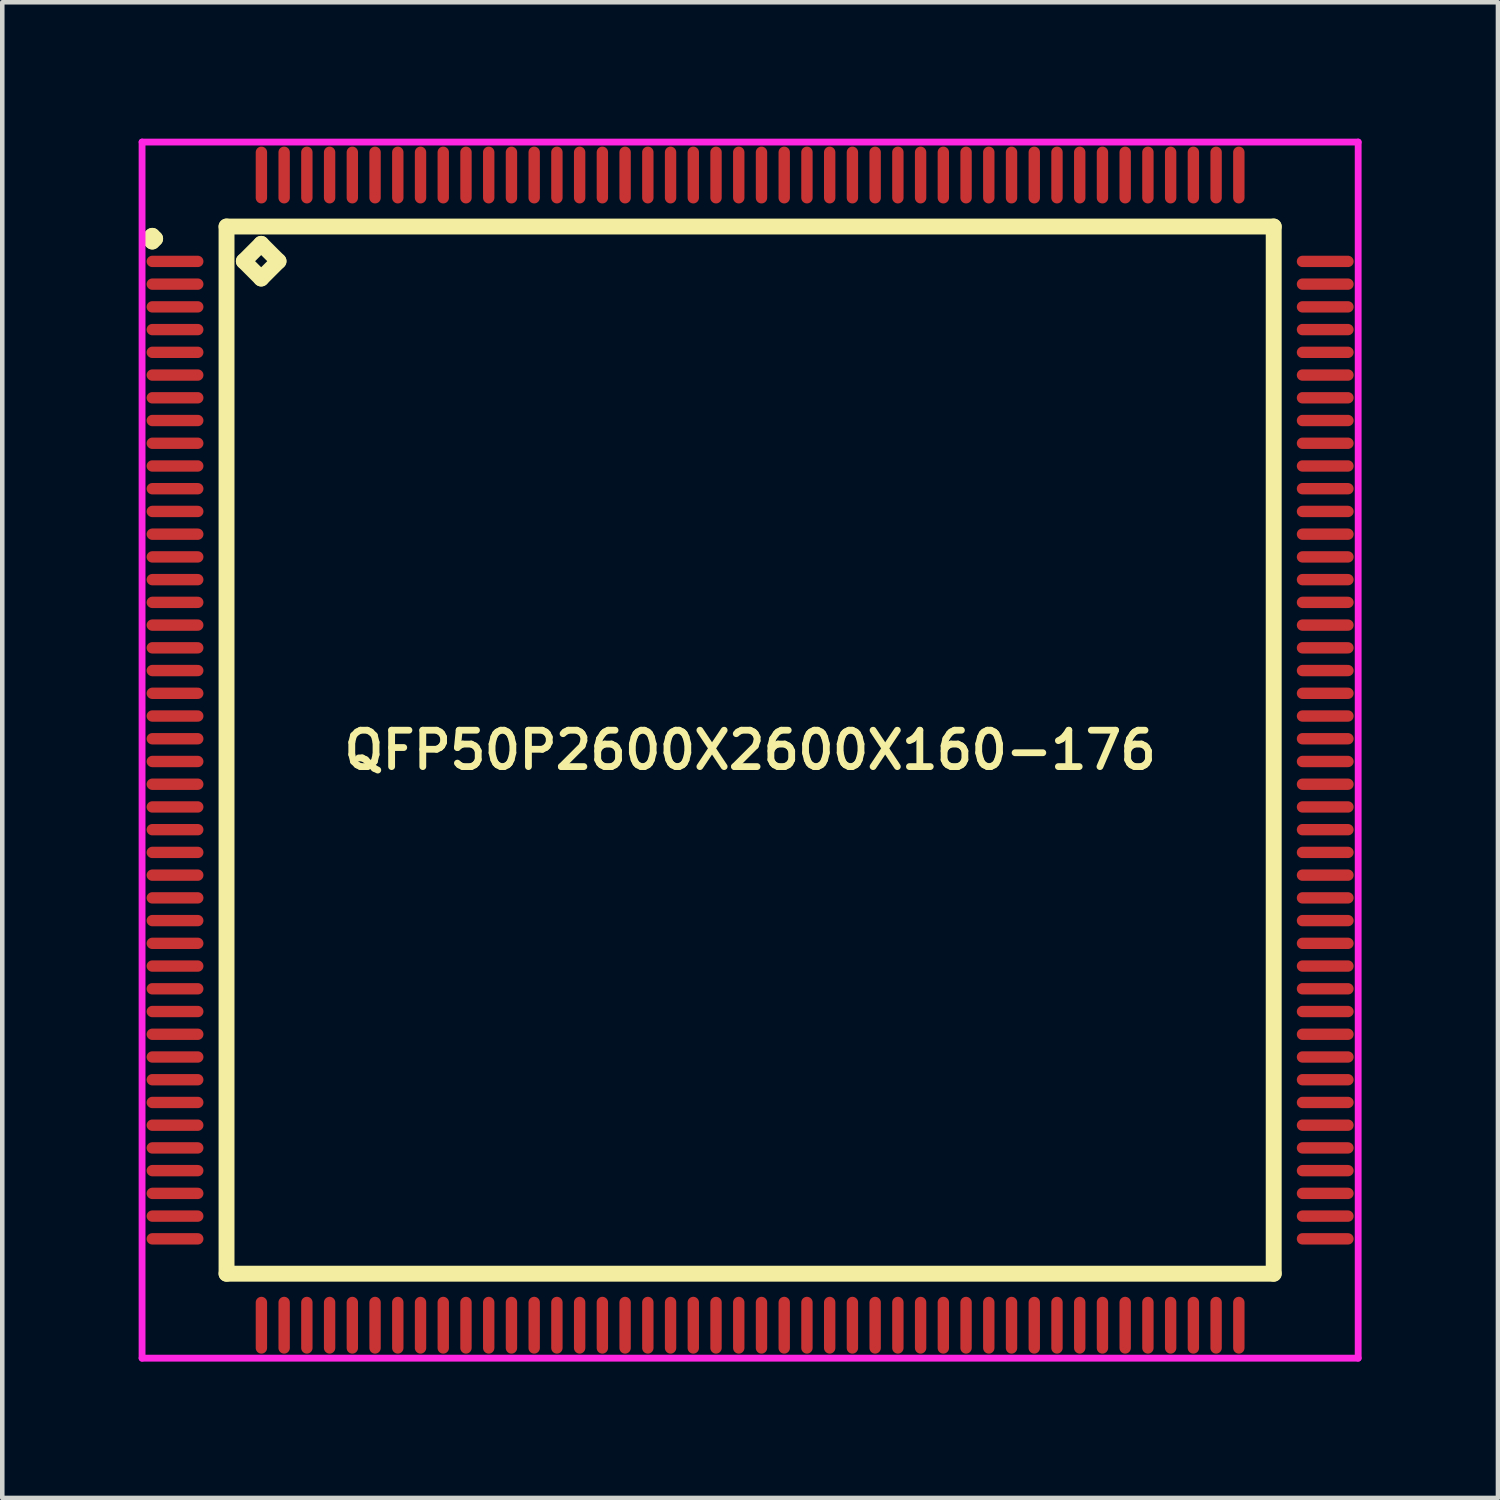
<source format=kicad_pcb>
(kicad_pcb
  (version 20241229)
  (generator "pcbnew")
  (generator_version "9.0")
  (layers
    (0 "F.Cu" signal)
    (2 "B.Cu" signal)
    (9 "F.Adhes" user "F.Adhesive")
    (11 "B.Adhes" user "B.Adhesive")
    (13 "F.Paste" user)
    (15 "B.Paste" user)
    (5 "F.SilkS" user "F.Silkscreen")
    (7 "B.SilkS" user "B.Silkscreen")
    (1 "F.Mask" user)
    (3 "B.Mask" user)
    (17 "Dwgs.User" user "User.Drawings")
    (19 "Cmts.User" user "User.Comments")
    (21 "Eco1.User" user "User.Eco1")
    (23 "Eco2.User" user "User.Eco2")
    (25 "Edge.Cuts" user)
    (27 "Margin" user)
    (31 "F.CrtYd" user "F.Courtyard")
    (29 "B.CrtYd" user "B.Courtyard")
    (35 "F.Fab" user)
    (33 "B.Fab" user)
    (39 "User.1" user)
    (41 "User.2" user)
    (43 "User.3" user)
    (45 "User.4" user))
  (footprint "QFP50P2600X2600X160-176"
    (layer "F.Cu")
    (at 13.45 13.45)
    (property "Reference" "QFP50P2600X2600X160-176" (at 0 0 0) (layer "F.SilkS") (effects (font (size 0.8 0.8) (thickness 0.15))))
    (attr smd)
    (fp_line (start -13.213 -11.25) (end -13.15 -11.312) (stroke (width 0.35) (type solid)) (layer "F.SilkS"))
    (fp_line (start -13.15 -11.312) (end -13.088 -11.25) (stroke (width 0.35) (type solid)) (layer "F.SilkS"))
    (fp_line (start -13.15 -11.188) (end -13.213 -11.25) (stroke (width 0.35) (type solid)) (layer "F.SilkS"))
    (fp_line (start -13.088 -11.25) (end -13.15 -11.188) (stroke (width 0.35) (type solid)) (layer "F.SilkS"))
    (fp_line (start -11.517 -11.517) (end -11.517 11.517) (stroke (width 0.35) (type solid)) (layer "F.SilkS"))
    (fp_line (start -11.517 11.517) (end 11.517 11.517) (stroke (width 0.35) (type solid)) (layer "F.SilkS"))
    (fp_line (start -11.136 -10.755) (end -10.755 -11.136) (stroke (width 0.35) (type solid)) (layer "F.SilkS"))
    (fp_line (start -10.755 -11.136) (end -10.374 -10.755) (stroke (width 0.35) (type solid)) (layer "F.SilkS"))
    (fp_line (start -10.755 -10.374) (end -11.136 -10.755) (stroke (width 0.35) (type solid)) (layer "F.SilkS"))
    (fp_line (start -10.374 -10.755) (end -10.755 -10.374) (stroke (width 0.35) (type solid)) (layer "F.SilkS"))
    (fp_line (start 11.517 -11.517) (end -11.517 -11.517) (stroke (width 0.35) (type solid)) (layer "F.SilkS"))
    (fp_line (start 11.517 11.517) (end 11.517 -11.517) (stroke (width 0.35) (type solid)) (layer "F.SilkS"))
    (fp_line (start -13.375 -13.375) (end 13.375 -13.375) (stroke (width 0.15) (type solid)) (layer "F.CrtYd"))
    (fp_line (start -13.375 13.375) (end -13.375 -13.375) (stroke (width 0.15) (type solid)) (layer "F.CrtYd"))
    (fp_line (start 13.375 -13.375) (end 13.375 13.375) (stroke (width 0.15) (type solid)) (layer "F.CrtYd"))
    (fp_line (start 13.375 13.375) (end -13.375 13.375) (stroke (width 0.15) (type solid)) (layer "F.CrtYd"))
    (pad "1" smd oval (at -12.65 -10.75) (size 1.25 0.25) (layers "F.Cu" "F.Mask" "F.Paste"))
    (pad "2" smd oval (at -12.65 -10.25) (size 1.25 0.25) (layers "F.Cu" "F.Mask" "F.Paste"))
    (pad "3" smd oval (at -12.65 -9.75) (size 1.25 0.25) (layers "F.Cu" "F.Mask" "F.Paste"))
    (pad "4" smd oval (at -12.65 -9.25) (size 1.25 0.25) (layers "F.Cu" "F.Mask" "F.Paste"))
    (pad "5" smd oval (at -12.65 -8.75) (size 1.25 0.25) (layers "F.Cu" "F.Mask" "F.Paste"))
    (pad "6" smd oval (at -12.65 -8.25) (size 1.25 0.25) (layers "F.Cu" "F.Mask" "F.Paste"))
    (pad "7" smd oval (at -12.65 -7.75) (size 1.25 0.25) (layers "F.Cu" "F.Mask" "F.Paste"))
    (pad "8" smd oval (at -12.65 -7.25) (size 1.25 0.25) (layers "F.Cu" "F.Mask" "F.Paste"))
    (pad "9" smd oval (at -12.65 -6.75) (size 1.25 0.25) (layers "F.Cu" "F.Mask" "F.Paste"))
    (pad "10" smd oval (at -12.65 -6.25) (size 1.25 0.25) (layers "F.Cu" "F.Mask" "F.Paste"))
    (pad "11" smd oval (at -12.65 -5.75) (size 1.25 0.25) (layers "F.Cu" "F.Mask" "F.Paste"))
    (pad "12" smd oval (at -12.65 -5.25) (size 1.25 0.25) (layers "F.Cu" "F.Mask" "F.Paste"))
    (pad "13" smd oval (at -12.65 -4.75) (size 1.25 0.25) (layers "F.Cu" "F.Mask" "F.Paste"))
    (pad "14" smd oval (at -12.65 -4.25) (size 1.25 0.25) (layers "F.Cu" "F.Mask" "F.Paste"))
    (pad "15" smd oval (at -12.65 -3.75) (size 1.25 0.25) (layers "F.Cu" "F.Mask" "F.Paste"))
    (pad "16" smd oval (at -12.65 -3.25) (size 1.25 0.25) (layers "F.Cu" "F.Mask" "F.Paste"))
    (pad "17" smd oval (at -12.65 -2.75) (size 1.25 0.25) (layers "F.Cu" "F.Mask" "F.Paste"))
    (pad "18" smd oval (at -12.65 -2.25) (size 1.25 0.25) (layers "F.Cu" "F.Mask" "F.Paste"))
    (pad "19" smd oval (at -12.65 -1.75) (size 1.25 0.25) (layers "F.Cu" "F.Mask" "F.Paste"))
    (pad "20" smd oval (at -12.65 -1.25) (size 1.25 0.25) (layers "F.Cu" "F.Mask" "F.Paste"))
    (pad "21" smd oval (at -12.65 -0.75) (size 1.25 0.25) (layers "F.Cu" "F.Mask" "F.Paste"))
    (pad "22" smd oval (at -12.65 -0.25) (size 1.25 0.25) (layers "F.Cu" "F.Mask" "F.Paste"))
    (pad "23" smd oval (at -12.65 0.25) (size 1.25 0.25) (layers "F.Cu" "F.Mask" "F.Paste"))
    (pad "24" smd oval (at -12.65 0.75) (size 1.25 0.25) (layers "F.Cu" "F.Mask" "F.Paste"))
    (pad "25" smd oval (at -12.65 1.25) (size 1.25 0.25) (layers "F.Cu" "F.Mask" "F.Paste"))
    (pad "26" smd oval (at -12.65 1.75) (size 1.25 0.25) (layers "F.Cu" "F.Mask" "F.Paste"))
    (pad "27" smd oval (at -12.65 2.25) (size 1.25 0.25) (layers "F.Cu" "F.Mask" "F.Paste"))
    (pad "28" smd oval (at -12.65 2.75) (size 1.25 0.25) (layers "F.Cu" "F.Mask" "F.Paste"))
    (pad "29" smd oval (at -12.65 3.25) (size 1.25 0.25) (layers "F.Cu" "F.Mask" "F.Paste"))
    (pad "30" smd oval (at -12.65 3.75) (size 1.25 0.25) (layers "F.Cu" "F.Mask" "F.Paste"))
    (pad "31" smd oval (at -12.65 4.25) (size 1.25 0.25) (layers "F.Cu" "F.Mask" "F.Paste"))
    (pad "32" smd oval (at -12.65 4.75) (size 1.25 0.25) (layers "F.Cu" "F.Mask" "F.Paste"))
    (pad "33" smd oval (at -12.65 5.25) (size 1.25 0.25) (layers "F.Cu" "F.Mask" "F.Paste"))
    (pad "34" smd oval (at -12.65 5.75) (size 1.25 0.25) (layers "F.Cu" "F.Mask" "F.Paste"))
    (pad "35" smd oval (at -12.65 6.25) (size 1.25 0.25) (layers "F.Cu" "F.Mask" "F.Paste"))
    (pad "36" smd oval (at -12.65 6.75) (size 1.25 0.25) (layers "F.Cu" "F.Mask" "F.Paste"))
    (pad "37" smd oval (at -12.65 7.25) (size 1.25 0.25) (layers "F.Cu" "F.Mask" "F.Paste"))
    (pad "38" smd oval (at -12.65 7.75) (size 1.25 0.25) (layers "F.Cu" "F.Mask" "F.Paste"))
    (pad "39" smd oval (at -12.65 8.25) (size 1.25 0.25) (layers "F.Cu" "F.Mask" "F.Paste"))
    (pad "40" smd oval (at -12.65 8.75) (size 1.25 0.25) (layers "F.Cu" "F.Mask" "F.Paste"))
    (pad "41" smd oval (at -12.65 9.25) (size 1.25 0.25) (layers "F.Cu" "F.Mask" "F.Paste"))
    (pad "42" smd oval (at -12.65 9.75) (size 1.25 0.25) (layers "F.Cu" "F.Mask" "F.Paste"))
    (pad "43" smd oval (at -12.65 10.25) (size 1.25 0.25) (layers "F.Cu" "F.Mask" "F.Paste"))
    (pad "44" smd oval (at -12.65 10.75) (size 1.25 0.25) (layers "F.Cu" "F.Mask" "F.Paste"))
    (pad "45" smd oval (at -10.75 12.65) (size 0.25 1.25) (layers "F.Cu" "F.Mask" "F.Paste"))
    (pad "46" smd oval (at -10.25 12.65) (size 0.25 1.25) (layers "F.Cu" "F.Mask" "F.Paste"))
    (pad "47" smd oval (at -9.75 12.65) (size 0.25 1.25) (layers "F.Cu" "F.Mask" "F.Paste"))
    (pad "48" smd oval (at -9.25 12.65) (size 0.25 1.25) (layers "F.Cu" "F.Mask" "F.Paste"))
    (pad "49" smd oval (at -8.75 12.65) (size 0.25 1.25) (layers "F.Cu" "F.Mask" "F.Paste"))
    (pad "50" smd oval (at -8.25 12.65) (size 0.25 1.25) (layers "F.Cu" "F.Mask" "F.Paste"))
    (pad "51" smd oval (at -7.75 12.65) (size 0.25 1.25) (layers "F.Cu" "F.Mask" "F.Paste"))
    (pad "52" smd oval (at -7.25 12.65) (size 0.25 1.25) (layers "F.Cu" "F.Mask" "F.Paste"))
    (pad "53" smd oval (at -6.75 12.65) (size 0.25 1.25) (layers "F.Cu" "F.Mask" "F.Paste"))
    (pad "54" smd oval (at -6.25 12.65) (size 0.25 1.25) (layers "F.Cu" "F.Mask" "F.Paste"))
    (pad "55" smd oval (at -5.75 12.65) (size 0.25 1.25) (layers "F.Cu" "F.Mask" "F.Paste"))
    (pad "56" smd oval (at -5.25 12.65) (size 0.25 1.25) (layers "F.Cu" "F.Mask" "F.Paste"))
    (pad "57" smd oval (at -4.75 12.65) (size 0.25 1.25) (layers "F.Cu" "F.Mask" "F.Paste"))
    (pad "58" smd oval (at -4.25 12.65) (size 0.25 1.25) (layers "F.Cu" "F.Mask" "F.Paste"))
    (pad "59" smd oval (at -3.75 12.65) (size 0.25 1.25) (layers "F.Cu" "F.Mask" "F.Paste"))
    (pad "60" smd oval (at -3.25 12.65) (size 0.25 1.25) (layers "F.Cu" "F.Mask" "F.Paste"))
    (pad "61" smd oval (at -2.75 12.65) (size 0.25 1.25) (layers "F.Cu" "F.Mask" "F.Paste"))
    (pad "62" smd oval (at -2.25 12.65) (size 0.25 1.25) (layers "F.Cu" "F.Mask" "F.Paste"))
    (pad "63" smd oval (at -1.75 12.65) (size 0.25 1.25) (layers "F.Cu" "F.Mask" "F.Paste"))
    (pad "64" smd oval (at -1.25 12.65) (size 0.25 1.25) (layers "F.Cu" "F.Mask" "F.Paste"))
    (pad "65" smd oval (at -0.75 12.65) (size 0.25 1.25) (layers "F.Cu" "F.Mask" "F.Paste"))
    (pad "66" smd oval (at -0.25 12.65) (size 0.25 1.25) (layers "F.Cu" "F.Mask" "F.Paste"))
    (pad "67" smd oval (at 0.25 12.65) (size 0.25 1.25) (layers "F.Cu" "F.Mask" "F.Paste"))
    (pad "68" smd oval (at 0.75 12.65) (size 0.25 1.25) (layers "F.Cu" "F.Mask" "F.Paste"))
    (pad "69" smd oval (at 1.25 12.65) (size 0.25 1.25) (layers "F.Cu" "F.Mask" "F.Paste"))
    (pad "70" smd oval (at 1.75 12.65) (size 0.25 1.25) (layers "F.Cu" "F.Mask" "F.Paste"))
    (pad "71" smd oval (at 2.25 12.65) (size 0.25 1.25) (layers "F.Cu" "F.Mask" "F.Paste"))
    (pad "72" smd oval (at 2.75 12.65) (size 0.25 1.25) (layers "F.Cu" "F.Mask" "F.Paste"))
    (pad "73" smd oval (at 3.25 12.65) (size 0.25 1.25) (layers "F.Cu" "F.Mask" "F.Paste"))
    (pad "74" smd oval (at 3.75 12.65) (size 0.25 1.25) (layers "F.Cu" "F.Mask" "F.Paste"))
    (pad "75" smd oval (at 4.25 12.65) (size 0.25 1.25) (layers "F.Cu" "F.Mask" "F.Paste"))
    (pad "76" smd oval (at 4.75 12.65) (size 0.25 1.25) (layers "F.Cu" "F.Mask" "F.Paste"))
    (pad "77" smd oval (at 5.25 12.65) (size 0.25 1.25) (layers "F.Cu" "F.Mask" "F.Paste"))
    (pad "78" smd oval (at 5.75 12.65) (size 0.25 1.25) (layers "F.Cu" "F.Mask" "F.Paste"))
    (pad "79" smd oval (at 6.25 12.65) (size 0.25 1.25) (layers "F.Cu" "F.Mask" "F.Paste"))
    (pad "80" smd oval (at 6.75 12.65) (size 0.25 1.25) (layers "F.Cu" "F.Mask" "F.Paste"))
    (pad "81" smd oval (at 7.25 12.65) (size 0.25 1.25) (layers "F.Cu" "F.Mask" "F.Paste"))
    (pad "82" smd oval (at 7.75 12.65) (size 0.25 1.25) (layers "F.Cu" "F.Mask" "F.Paste"))
    (pad "83" smd oval (at 8.25 12.65) (size 0.25 1.25) (layers "F.Cu" "F.Mask" "F.Paste"))
    (pad "84" smd oval (at 8.75 12.65) (size 0.25 1.25) (layers "F.Cu" "F.Mask" "F.Paste"))
    (pad "85" smd oval (at 9.25 12.65) (size 0.25 1.25) (layers "F.Cu" "F.Mask" "F.Paste"))
    (pad "86" smd oval (at 9.75 12.65) (size 0.25 1.25) (layers "F.Cu" "F.Mask" "F.Paste"))
    (pad "87" smd oval (at 10.25 12.65) (size 0.25 1.25) (layers "F.Cu" "F.Mask" "F.Paste"))
    (pad "88" smd oval (at 10.75 12.65) (size 0.25 1.25) (layers "F.Cu" "F.Mask" "F.Paste"))
    (pad "89" smd oval (at 12.65 10.75) (size 1.25 0.25) (layers "F.Cu" "F.Mask" "F.Paste"))
    (pad "90" smd oval (at 12.65 10.25) (size 1.25 0.25) (layers "F.Cu" "F.Mask" "F.Paste"))
    (pad "91" smd oval (at 12.65 9.75) (size 1.25 0.25) (layers "F.Cu" "F.Mask" "F.Paste"))
    (pad "92" smd oval (at 12.65 9.25) (size 1.25 0.25) (layers "F.Cu" "F.Mask" "F.Paste"))
    (pad "93" smd oval (at 12.65 8.75) (size 1.25 0.25) (layers "F.Cu" "F.Mask" "F.Paste"))
    (pad "94" smd oval (at 12.65 8.25) (size 1.25 0.25) (layers "F.Cu" "F.Mask" "F.Paste"))
    (pad "95" smd oval (at 12.65 7.75) (size 1.25 0.25) (layers "F.Cu" "F.Mask" "F.Paste"))
    (pad "96" smd oval (at 12.65 7.25) (size 1.25 0.25) (layers "F.Cu" "F.Mask" "F.Paste"))
    (pad "97" smd oval (at 12.65 6.75) (size 1.25 0.25) (layers "F.Cu" "F.Mask" "F.Paste"))
    (pad "98" smd oval (at 12.65 6.25) (size 1.25 0.25) (layers "F.Cu" "F.Mask" "F.Paste"))
    (pad "99" smd oval (at 12.65 5.75) (size 1.25 0.25) (layers "F.Cu" "F.Mask" "F.Paste"))
    (pad "100" smd oval (at 12.65 5.25) (size 1.25 0.25) (layers "F.Cu" "F.Mask" "F.Paste"))
    (pad "101" smd oval (at 12.65 4.75) (size 1.25 0.25) (layers "F.Cu" "F.Mask" "F.Paste"))
    (pad "102" smd oval (at 12.65 4.25) (size 1.25 0.25) (layers "F.Cu" "F.Mask" "F.Paste"))
    (pad "103" smd oval (at 12.65 3.75) (size 1.25 0.25) (layers "F.Cu" "F.Mask" "F.Paste"))
    (pad "104" smd oval (at 12.65 3.25) (size 1.25 0.25) (layers "F.Cu" "F.Mask" "F.Paste"))
    (pad "105" smd oval (at 12.65 2.75) (size 1.25 0.25) (layers "F.Cu" "F.Mask" "F.Paste"))
    (pad "106" smd oval (at 12.65 2.25) (size 1.25 0.25) (layers "F.Cu" "F.Mask" "F.Paste"))
    (pad "107" smd oval (at 12.65 1.75) (size 1.25 0.25) (layers "F.Cu" "F.Mask" "F.Paste"))
    (pad "108" smd oval (at 12.65 1.25) (size 1.25 0.25) (layers "F.Cu" "F.Mask" "F.Paste"))
    (pad "109" smd oval (at 12.65 0.75) (size 1.25 0.25) (layers "F.Cu" "F.Mask" "F.Paste"))
    (pad "110" smd oval (at 12.65 0.25) (size 1.25 0.25) (layers "F.Cu" "F.Mask" "F.Paste"))
    (pad "111" smd oval (at 12.65 -0.25) (size 1.25 0.25) (layers "F.Cu" "F.Mask" "F.Paste"))
    (pad "112" smd oval (at 12.65 -0.75) (size 1.25 0.25) (layers "F.Cu" "F.Mask" "F.Paste"))
    (pad "113" smd oval (at 12.65 -1.25) (size 1.25 0.25) (layers "F.Cu" "F.Mask" "F.Paste"))
    (pad "114" smd oval (at 12.65 -1.75) (size 1.25 0.25) (layers "F.Cu" "F.Mask" "F.Paste"))
    (pad "115" smd oval (at 12.65 -2.25) (size 1.25 0.25) (layers "F.Cu" "F.Mask" "F.Paste"))
    (pad "116" smd oval (at 12.65 -2.75) (size 1.25 0.25) (layers "F.Cu" "F.Mask" "F.Paste"))
    (pad "117" smd oval (at 12.65 -3.25) (size 1.25 0.25) (layers "F.Cu" "F.Mask" "F.Paste"))
    (pad "118" smd oval (at 12.65 -3.75) (size 1.25 0.25) (layers "F.Cu" "F.Mask" "F.Paste"))
    (pad "119" smd oval (at 12.65 -4.25) (size 1.25 0.25) (layers "F.Cu" "F.Mask" "F.Paste"))
    (pad "120" smd oval (at 12.65 -4.75) (size 1.25 0.25) (layers "F.Cu" "F.Mask" "F.Paste"))
    (pad "121" smd oval (at 12.65 -5.25) (size 1.25 0.25) (layers "F.Cu" "F.Mask" "F.Paste"))
    (pad "122" smd oval (at 12.65 -5.75) (size 1.25 0.25) (layers "F.Cu" "F.Mask" "F.Paste"))
    (pad "123" smd oval (at 12.65 -6.25) (size 1.25 0.25) (layers "F.Cu" "F.Mask" "F.Paste"))
    (pad "124" smd oval (at 12.65 -6.75) (size 1.25 0.25) (layers "F.Cu" "F.Mask" "F.Paste"))
    (pad "125" smd oval (at 12.65 -7.25) (size 1.25 0.25) (layers "F.Cu" "F.Mask" "F.Paste"))
    (pad "126" smd oval (at 12.65 -7.75) (size 1.25 0.25) (layers "F.Cu" "F.Mask" "F.Paste"))
    (pad "127" smd oval (at 12.65 -8.25) (size 1.25 0.25) (layers "F.Cu" "F.Mask" "F.Paste"))
    (pad "128" smd oval (at 12.65 -8.75) (size 1.25 0.25) (layers "F.Cu" "F.Mask" "F.Paste"))
    (pad "129" smd oval (at 12.65 -9.25) (size 1.25 0.25) (layers "F.Cu" "F.Mask" "F.Paste"))
    (pad "130" smd oval (at 12.65 -9.75) (size 1.25 0.25) (layers "F.Cu" "F.Mask" "F.Paste"))
    (pad "131" smd oval (at 12.65 -10.25) (size 1.25 0.25) (layers "F.Cu" "F.Mask" "F.Paste"))
    (pad "132" smd oval (at 12.65 -10.75) (size 1.25 0.25) (layers "F.Cu" "F.Mask" "F.Paste"))
    (pad "133" smd oval (at 10.75 -12.65) (size 0.25 1.25) (layers "F.Cu" "F.Mask" "F.Paste"))
    (pad "134" smd oval (at 10.25 -12.65) (size 0.25 1.25) (layers "F.Cu" "F.Mask" "F.Paste"))
    (pad "135" smd oval (at 9.75 -12.65) (size 0.25 1.25) (layers "F.Cu" "F.Mask" "F.Paste"))
    (pad "136" smd oval (at 9.25 -12.65) (size 0.25 1.25) (layers "F.Cu" "F.Mask" "F.Paste"))
    (pad "137" smd oval (at 8.75 -12.65) (size 0.25 1.25) (layers "F.Cu" "F.Mask" "F.Paste"))
    (pad "138" smd oval (at 8.25 -12.65) (size 0.25 1.25) (layers "F.Cu" "F.Mask" "F.Paste"))
    (pad "139" smd oval (at 7.75 -12.65) (size 0.25 1.25) (layers "F.Cu" "F.Mask" "F.Paste"))
    (pad "140" smd oval (at 7.25 -12.65) (size 0.25 1.25) (layers "F.Cu" "F.Mask" "F.Paste"))
    (pad "141" smd oval (at 6.75 -12.65) (size 0.25 1.25) (layers "F.Cu" "F.Mask" "F.Paste"))
    (pad "142" smd oval (at 6.25 -12.65) (size 0.25 1.25) (layers "F.Cu" "F.Mask" "F.Paste"))
    (pad "143" smd oval (at 5.75 -12.65) (size 0.25 1.25) (layers "F.Cu" "F.Mask" "F.Paste"))
    (pad "144" smd oval (at 5.25 -12.65) (size 0.25 1.25) (layers "F.Cu" "F.Mask" "F.Paste"))
    (pad "145" smd oval (at 4.75 -12.65) (size 0.25 1.25) (layers "F.Cu" "F.Mask" "F.Paste"))
    (pad "146" smd oval (at 4.25 -12.65) (size 0.25 1.25) (layers "F.Cu" "F.Mask" "F.Paste"))
    (pad "147" smd oval (at 3.75 -12.65) (size 0.25 1.25) (layers "F.Cu" "F.Mask" "F.Paste"))
    (pad "148" smd oval (at 3.25 -12.65) (size 0.25 1.25) (layers "F.Cu" "F.Mask" "F.Paste"))
    (pad "149" smd oval (at 2.75 -12.65) (size 0.25 1.25) (layers "F.Cu" "F.Mask" "F.Paste"))
    (pad "150" smd oval (at 2.25 -12.65) (size 0.25 1.25) (layers "F.Cu" "F.Mask" "F.Paste"))
    (pad "151" smd oval (at 1.75 -12.65) (size 0.25 1.25) (layers "F.Cu" "F.Mask" "F.Paste"))
    (pad "152" smd oval (at 1.25 -12.65) (size 0.25 1.25) (layers "F.Cu" "F.Mask" "F.Paste"))
    (pad "153" smd oval (at 0.75 -12.65) (size 0.25 1.25) (layers "F.Cu" "F.Mask" "F.Paste"))
    (pad "154" smd oval (at 0.25 -12.65) (size 0.25 1.25) (layers "F.Cu" "F.Mask" "F.Paste"))
    (pad "155" smd oval (at -0.25 -12.65) (size 0.25 1.25) (layers "F.Cu" "F.Mask" "F.Paste"))
    (pad "156" smd oval (at -0.75 -12.65) (size 0.25 1.25) (layers "F.Cu" "F.Mask" "F.Paste"))
    (pad "157" smd oval (at -1.25 -12.65) (size 0.25 1.25) (layers "F.Cu" "F.Mask" "F.Paste"))
    (pad "158" smd oval (at -1.75 -12.65) (size 0.25 1.25) (layers "F.Cu" "F.Mask" "F.Paste"))
    (pad "159" smd oval (at -2.25 -12.65) (size 0.25 1.25) (layers "F.Cu" "F.Mask" "F.Paste"))
    (pad "160" smd oval (at -2.75 -12.65) (size 0.25 1.25) (layers "F.Cu" "F.Mask" "F.Paste"))
    (pad "161" smd oval (at -3.25 -12.65) (size 0.25 1.25) (layers "F.Cu" "F.Mask" "F.Paste"))
    (pad "162" smd oval (at -3.75 -12.65) (size 0.25 1.25) (layers "F.Cu" "F.Mask" "F.Paste"))
    (pad "163" smd oval (at -4.25 -12.65) (size 0.25 1.25) (layers "F.Cu" "F.Mask" "F.Paste"))
    (pad "164" smd oval (at -4.75 -12.65) (size 0.25 1.25) (layers "F.Cu" "F.Mask" "F.Paste"))
    (pad "165" smd oval (at -5.25 -12.65) (size 0.25 1.25) (layers "F.Cu" "F.Mask" "F.Paste"))
    (pad "166" smd oval (at -5.75 -12.65) (size 0.25 1.25) (layers "F.Cu" "F.Mask" "F.Paste"))
    (pad "167" smd oval (at -6.25 -12.65) (size 0.25 1.25) (layers "F.Cu" "F.Mask" "F.Paste"))
    (pad "168" smd oval (at -6.75 -12.65) (size 0.25 1.25) (layers "F.Cu" "F.Mask" "F.Paste"))
    (pad "169" smd oval (at -7.25 -12.65) (size 0.25 1.25) (layers "F.Cu" "F.Mask" "F.Paste"))
    (pad "170" smd oval (at -7.75 -12.65) (size 0.25 1.25) (layers "F.Cu" "F.Mask" "F.Paste"))
    (pad "171" smd oval (at -8.25 -12.65) (size 0.25 1.25) (layers "F.Cu" "F.Mask" "F.Paste"))
    (pad "172" smd oval (at -8.75 -12.65) (size 0.25 1.25) (layers "F.Cu" "F.Mask" "F.Paste"))
    (pad "173" smd oval (at -9.25 -12.65) (size 0.25 1.25) (layers "F.Cu" "F.Mask" "F.Paste"))
    (pad "174" smd oval (at -9.75 -12.65) (size 0.25 1.25) (layers "F.Cu" "F.Mask" "F.Paste"))
    (pad "175" smd oval (at -10.25 -12.65) (size 0.25 1.25) (layers "F.Cu" "F.Mask" "F.Paste"))
    (pad "176" smd oval (at -10.75 -12.65) (size 0.25 1.25) (layers "F.Cu" "F.Mask" "F.Paste")))
  (gr_rect
    (start -3 -3)
    (end 29.9 29.9)
    (stroke (width 0.1) (type default))
    (fill no)
    (layer "Edge.Cuts")))
</source>
